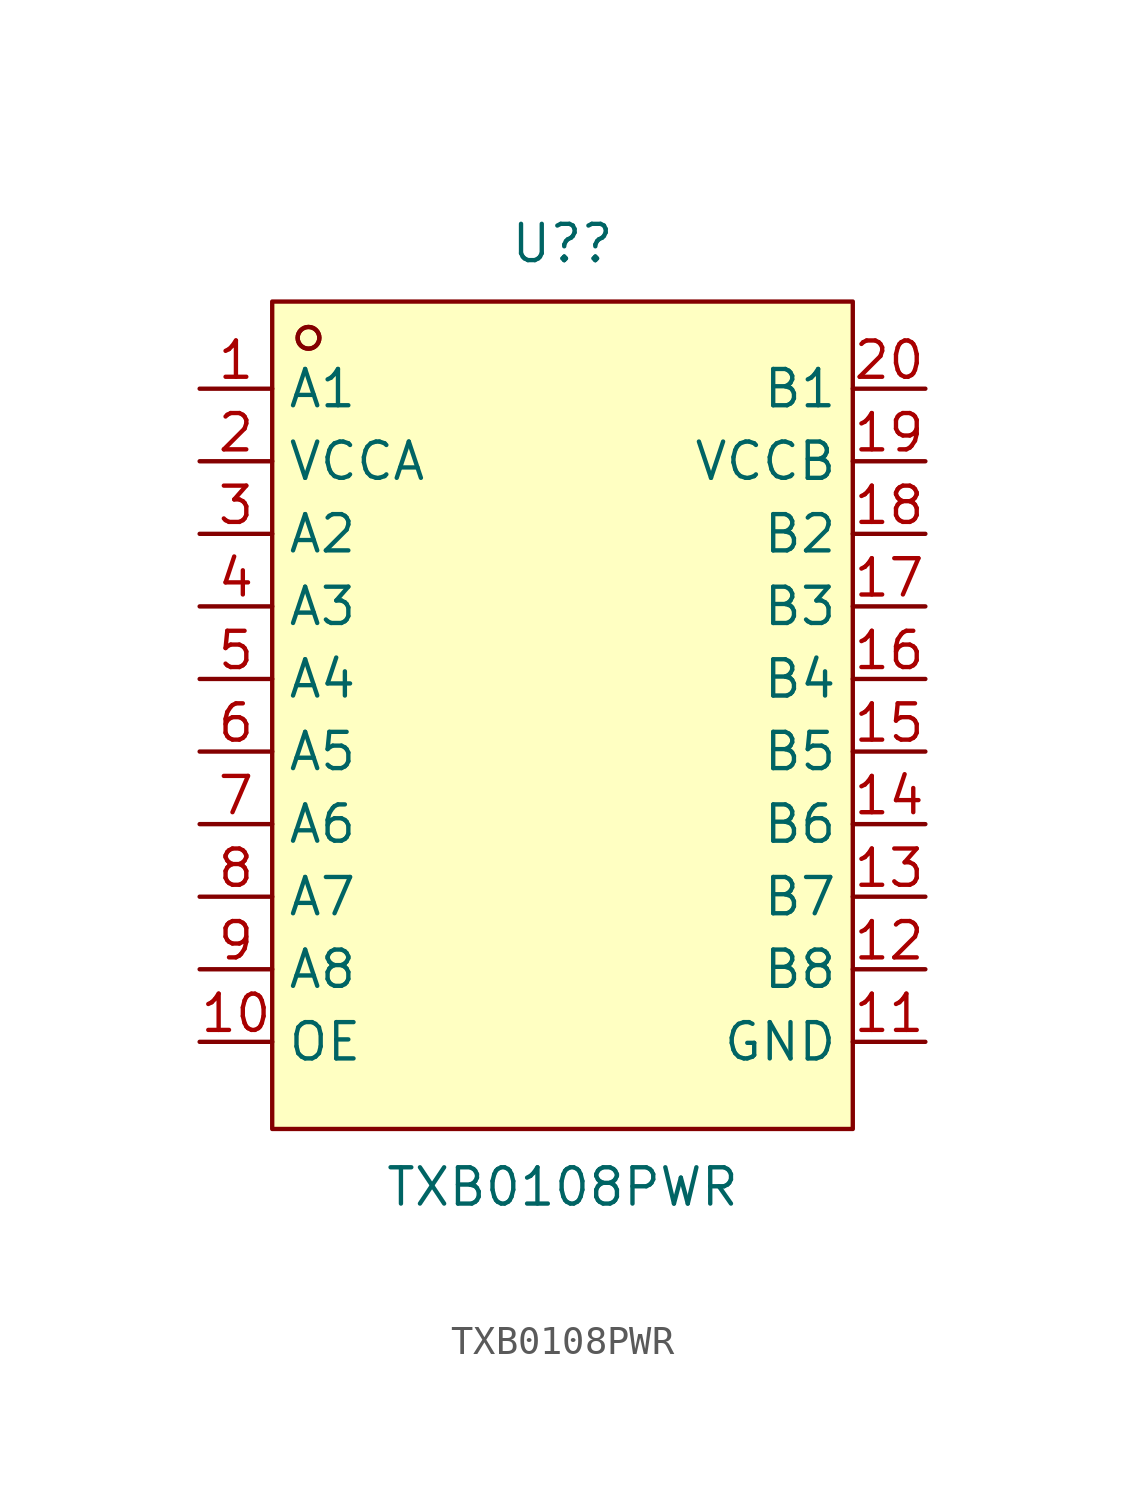
<source format=kicad_sym>
(kicad_symbol_lib
  (version 20211014)
  (generator https://github.com/uPesy/easyeda2kicad.py)
  (symbol "TXB0108PWR"
    (property "Reference" "U?"
      (at 0 16.51 0)
      (effects (font (size 1.27 1.27))))
    (property "Value" "TXB0108PWR"
      (at 0 -16.51 0)
      (effects (font (size 1.27 1.27))))
    (symbol "TXB0108PWR_0_1"
      (rectangle (start -10.16 14.48) (end 10.16 -14.48) (stroke (width 0) (type default) (color 0 0 0 0)) (fill (type background)))
      (circle (center -8.89 13.21) (radius 0.38) (stroke (width 0) (type default) (color 0 0 0 0)) (fill (type none)))
      (circle (center -8.89 13.21) (radius 0.38) (stroke (width 0) (type default) (color 0 0 0 0)) (fill (type none)))
      (pin unspecified line (at -12.70 11.43 0) (length 2.54) (name "A1" (effects (font (size 1.27 1.27)))) (number "1" (effects (font (size 1.27 1.27)))))
      (pin unspecified line (at -12.70 8.89 0) (length 2.54) (name "VCCA" (effects (font (size 1.27 1.27)))) (number "2" (effects (font (size 1.27 1.27)))))
      (pin unspecified line (at -12.70 6.35 0) (length 2.54) (name "A2" (effects (font (size 1.27 1.27)))) (number "3" (effects (font (size 1.27 1.27)))))
      (pin unspecified line (at -12.70 3.81 0) (length 2.54) (name "A3" (effects (font (size 1.27 1.27)))) (number "4" (effects (font (size 1.27 1.27)))))
      (pin unspecified line (at -12.70 1.27 0) (length 2.54) (name "A4" (effects (font (size 1.27 1.27)))) (number "5" (effects (font (size 1.27 1.27)))))
      (pin unspecified line (at -12.70 -1.27 0) (length 2.54) (name "A5" (effects (font (size 1.27 1.27)))) (number "6" (effects (font (size 1.27 1.27)))))
      (pin unspecified line (at -12.70 -3.81 0) (length 2.54) (name "A6" (effects (font (size 1.27 1.27)))) (number "7" (effects (font (size 1.27 1.27)))))
      (pin unspecified line (at -12.70 -6.35 0) (length 2.54) (name "A7" (effects (font (size 1.27 1.27)))) (number "8" (effects (font (size 1.27 1.27)))))
      (pin unspecified line (at -12.70 -8.89 0) (length 2.54) (name "A8" (effects (font (size 1.27 1.27)))) (number "9" (effects (font (size 1.27 1.27)))))
      (pin unspecified line (at -12.70 -11.43 0) (length 2.54) (name "OE" (effects (font (size 1.27 1.27)))) (number "10" (effects (font (size 1.27 1.27)))))
      (pin unspecified line (at 12.70 -11.43 180) (length 2.54) (name "GND" (effects (font (size 1.27 1.27)))) (number "11" (effects (font (size 1.27 1.27)))))
      (pin unspecified line (at 12.70 -8.89 180) (length 2.54) (name "B8" (effects (font (size 1.27 1.27)))) (number "12" (effects (font (size 1.27 1.27)))))
      (pin unspecified line (at 12.70 -6.35 180) (length 2.54) (name "B7" (effects (font (size 1.27 1.27)))) (number "13" (effects (font (size 1.27 1.27)))))
      (pin unspecified line (at 12.70 -3.81 180) (length 2.54) (name "B6" (effects (font (size 1.27 1.27)))) (number "14" (effects (font (size 1.27 1.27)))))
      (pin unspecified line (at 12.70 -1.27 180) (length 2.54) (name "B5" (effects (font (size 1.27 1.27)))) (number "15" (effects (font (size 1.27 1.27)))))
      (pin unspecified line (at 12.70 1.27 180) (length 2.54) (name "B4" (effects (font (size 1.27 1.27)))) (number "16" (effects (font (size 1.27 1.27)))))
      (pin unspecified line (at 12.70 3.81 180) (length 2.54) (name "B3" (effects (font (size 1.27 1.27)))) (number "17" (effects (font (size 1.27 1.27)))))
      (pin unspecified line (at 12.70 6.35 180) (length 2.54) (name "B2" (effects (font (size 1.27 1.27)))) (number "18" (effects (font (size 1.27 1.27)))))
      (pin unspecified line (at 12.70 8.89 180) (length 2.54) (name "VCCB" (effects (font (size 1.27 1.27)))) (number "19" (effects (font (size 1.27 1.27)))))
      (pin unspecified line (at 12.70 11.43 180) (length 2.54) (name "B1" (effects (font (size 1.27 1.27)))) (number "20" (effects (font (size 1.27 1.27))))))))
</source>
